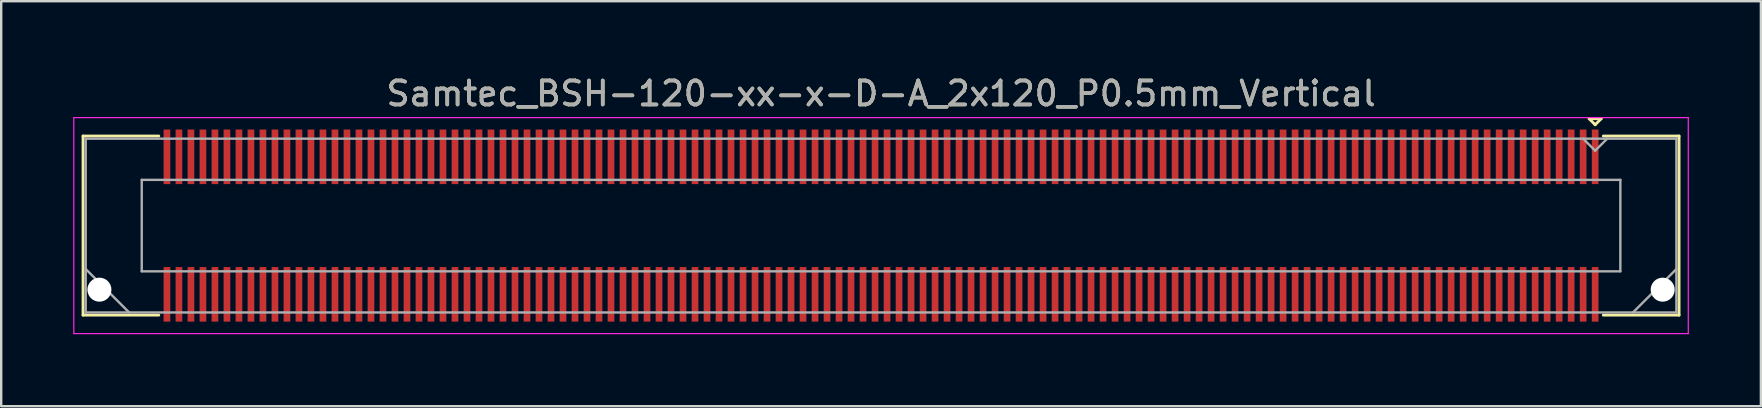
<source format=kicad_pcb>
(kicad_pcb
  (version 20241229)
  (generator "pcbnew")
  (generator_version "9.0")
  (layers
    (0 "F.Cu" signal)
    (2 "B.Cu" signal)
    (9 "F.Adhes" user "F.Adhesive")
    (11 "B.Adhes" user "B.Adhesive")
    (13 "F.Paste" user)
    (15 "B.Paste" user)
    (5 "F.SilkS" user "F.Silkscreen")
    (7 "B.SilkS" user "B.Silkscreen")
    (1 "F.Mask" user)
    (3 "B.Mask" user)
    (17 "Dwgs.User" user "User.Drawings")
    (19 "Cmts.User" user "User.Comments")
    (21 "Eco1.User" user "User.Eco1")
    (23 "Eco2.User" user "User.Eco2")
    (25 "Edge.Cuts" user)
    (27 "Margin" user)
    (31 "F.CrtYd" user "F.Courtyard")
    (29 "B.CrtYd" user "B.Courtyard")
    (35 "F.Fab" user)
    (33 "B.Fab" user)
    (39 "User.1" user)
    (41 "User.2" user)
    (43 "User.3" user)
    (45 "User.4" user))
  (footprint "Samtec_BSH-120-xx-x-D-A_2x120_P0.5mm_Vertical"
    (layer "F.Cu")
    (at 33.655 6.348)
    (property "Reference" "Samtec_BSH-120-xx-x-D-A_2x120_P0.5mm_Vertical" (at 0 -5.5 0) (layer "F.SilkS") (effects (font (size 1 1) (thickness 0.15))))
    (attr smd)
    (fp_line (start -33.245 -3.73) (end -30.09 -3.73) (stroke (width 0.12) (type solid)) (layer "F.SilkS"))
    (fp_line (start -33.245 3.73) (end -33.245 -3.73) (stroke (width 0.12) (type solid)) (layer "F.SilkS"))
    (fp_line (start -30.09 3.73) (end -33.245 3.73) (stroke (width 0.12) (type solid)) (layer "F.SilkS"))
    (fp_line (start 29.5 -4.452) (end 30 -4.452) (stroke (width 0.12) (type solid)) (layer "F.SilkS"))
    (fp_line (start 29.75 -4.202) (end 29.5 -4.452) (stroke (width 0.12) (type solid)) (layer "F.SilkS"))
    (fp_line (start 30 -4.452) (end 29.75 -4.202) (stroke (width 0.12) (type solid)) (layer "F.SilkS"))
    (fp_line (start 30.09 3.73) (end 33.245 3.73) (stroke (width 0.12) (type solid)) (layer "F.SilkS"))
    (fp_line (start 33.245 -3.73) (end 30.09 -3.73) (stroke (width 0.12) (type solid)) (layer "F.SilkS"))
    (fp_line (start 33.245 3.73) (end 33.245 -3.73) (stroke (width 0.12) (type solid)) (layer "F.SilkS"))
    (fp_line (start -33.63 -4.5) (end -33.63 4.5) (stroke (width 0.05) (type solid)) (layer "F.CrtYd"))
    (fp_line (start -33.63 4.5) (end 33.63 4.5) (stroke (width 0.05) (type solid)) (layer "F.CrtYd"))
    (fp_line (start 33.63 -4.5) (end -33.63 -4.5) (stroke (width 0.05) (type solid)) (layer "F.CrtYd"))
    (fp_line (start 33.63 4.5) (end 33.63 -4.5) (stroke (width 0.05) (type solid)) (layer "F.CrtYd"))
    (fp_line (start -33.135 -3.62) (end -33.135 3.62) (stroke (width 0.1) (type solid)) (layer "F.Fab"))
    (fp_line (start -33.135 1.81) (end -31.325 3.62) (stroke (width 0.1) (type solid)) (layer "F.Fab"))
    (fp_line (start -33.135 3.62) (end 33.135 3.62) (stroke (width 0.1) (type solid)) (layer "F.Fab"))
    (fp_line (start -30.8 -1.905) (end -30.8 1.905) (stroke (width 0.1) (type solid)) (layer "F.Fab"))
    (fp_line (start -30.8 1.905) (end 30.8 1.905) (stroke (width 0.1) (type solid)) (layer "F.Fab"))
    (fp_line (start 29.75 -3.12) (end 29.25 -3.62) (stroke (width 0.1) (type solid)) (layer "F.Fab"))
    (fp_line (start 30.25 -3.62) (end 29.75 -3.12) (stroke (width 0.1) (type solid)) (layer "F.Fab"))
    (fp_line (start 30.8 -1.905) (end -30.8 -1.905) (stroke (width 0.1) (type solid)) (layer "F.Fab"))
    (fp_line (start 30.8 1.905) (end 30.8 -1.905) (stroke (width 0.1) (type solid)) (layer "F.Fab"))
    (fp_line (start 33.135 -3.62) (end -33.135 -3.62) (stroke (width 0.1) (type solid)) (layer "F.Fab"))
    (fp_line (start 33.135 1.81) (end 31.325 3.62) (stroke (width 0.1) (type solid)) (layer "F.Fab"))
    (fp_line (start 33.135 3.62) (end 33.135 -3.62) (stroke (width 0.1) (type solid)) (layer "F.Fab"))
    (fp_text user "${REFERENCE}" (at 0 -5.5 0) (layer "F.Fab") (effects (font (size 1 1) (thickness 0.15))))
    (pad "" np_thru_hole circle (at -32.563 2.67) (size 1 1) (drill 1) (layers "*.Cu" "*.Mask"))
    (pad "" np_thru_hole circle (at 32.563 2.67) (size 1 1) (drill 1) (layers "*.Cu" "*.Mask"))
    (pad "1" smd rect (at 29.75 -2.865) (size 0.279 2.273) (layers "F.Cu" "F.Mask" "F.Paste"))
    (pad "2" smd rect (at 29.75 2.865) (size 0.279 2.273) (layers "F.Cu" "F.Mask" "F.Paste"))
    (pad "3" smd rect (at 29.25 -2.865) (size 0.279 2.273) (layers "F.Cu" "F.Mask" "F.Paste"))
    (pad "4" smd rect (at 29.25 2.865) (size 0.279 2.273) (layers "F.Cu" "F.Mask" "F.Paste"))
    (pad "5" smd rect (at 28.75 -2.865) (size 0.279 2.273) (layers "F.Cu" "F.Mask" "F.Paste"))
    (pad "6" smd rect (at 28.75 2.865) (size 0.279 2.273) (layers "F.Cu" "F.Mask" "F.Paste"))
    (pad "7" smd rect (at 28.25 -2.865) (size 0.279 2.273) (layers "F.Cu" "F.Mask" "F.Paste"))
    (pad "8" smd rect (at 28.25 2.865) (size 0.279 2.273) (layers "F.Cu" "F.Mask" "F.Paste"))
    (pad "9" smd rect (at 27.75 -2.865) (size 0.279 2.273) (layers "F.Cu" "F.Mask" "F.Paste"))
    (pad "10" smd rect (at 27.75 2.865) (size 0.279 2.273) (layers "F.Cu" "F.Mask" "F.Paste"))
    (pad "11" smd rect (at 27.25 -2.865) (size 0.279 2.273) (layers "F.Cu" "F.Mask" "F.Paste"))
    (pad "12" smd rect (at 27.25 2.865) (size 0.279 2.273) (layers "F.Cu" "F.Mask" "F.Paste"))
    (pad "13" smd rect (at 26.75 -2.865) (size 0.279 2.273) (layers "F.Cu" "F.Mask" "F.Paste"))
    (pad "14" smd rect (at 26.75 2.865) (size 0.279 2.273) (layers "F.Cu" "F.Mask" "F.Paste"))
    (pad "15" smd rect (at 26.25 -2.865) (size 0.279 2.273) (layers "F.Cu" "F.Mask" "F.Paste"))
    (pad "16" smd rect (at 26.25 2.865) (size 0.279 2.273) (layers "F.Cu" "F.Mask" "F.Paste"))
    (pad "17" smd rect (at 25.75 -2.865) (size 0.279 2.273) (layers "F.Cu" "F.Mask" "F.Paste"))
    (pad "18" smd rect (at 25.75 2.865) (size 0.279 2.273) (layers "F.Cu" "F.Mask" "F.Paste"))
    (pad "19" smd rect (at 25.25 -2.865) (size 0.279 2.273) (layers "F.Cu" "F.Mask" "F.Paste"))
    (pad "20" smd rect (at 25.25 2.865) (size 0.279 2.273) (layers "F.Cu" "F.Mask" "F.Paste"))
    (pad "21" smd rect (at 24.75 -2.865) (size 0.279 2.273) (layers "F.Cu" "F.Mask" "F.Paste"))
    (pad "22" smd rect (at 24.75 2.865) (size 0.279 2.273) (layers "F.Cu" "F.Mask" "F.Paste"))
    (pad "23" smd rect (at 24.25 -2.865) (size 0.279 2.273) (layers "F.Cu" "F.Mask" "F.Paste"))
    (pad "24" smd rect (at 24.25 2.865) (size 0.279 2.273) (layers "F.Cu" "F.Mask" "F.Paste"))
    (pad "25" smd rect (at 23.75 -2.865) (size 0.279 2.273) (layers "F.Cu" "F.Mask" "F.Paste"))
    (pad "26" smd rect (at 23.75 2.865) (size 0.279 2.273) (layers "F.Cu" "F.Mask" "F.Paste"))
    (pad "27" smd rect (at 23.25 -2.865) (size 0.279 2.273) (layers "F.Cu" "F.Mask" "F.Paste"))
    (pad "28" smd rect (at 23.25 2.865) (size 0.279 2.273) (layers "F.Cu" "F.Mask" "F.Paste"))
    (pad "29" smd rect (at 22.75 -2.865) (size 0.279 2.273) (layers "F.Cu" "F.Mask" "F.Paste"))
    (pad "30" smd rect (at 22.75 2.865) (size 0.279 2.273) (layers "F.Cu" "F.Mask" "F.Paste"))
    (pad "31" smd rect (at 22.25 -2.865) (size 0.279 2.273) (layers "F.Cu" "F.Mask" "F.Paste"))
    (pad "32" smd rect (at 22.25 2.865) (size 0.279 2.273) (layers "F.Cu" "F.Mask" "F.Paste"))
    (pad "33" smd rect (at 21.75 -2.865) (size 0.279 2.273) (layers "F.Cu" "F.Mask" "F.Paste"))
    (pad "34" smd rect (at 21.75 2.865) (size 0.279 2.273) (layers "F.Cu" "F.Mask" "F.Paste"))
    (pad "35" smd rect (at 21.25 -2.865) (size 0.279 2.273) (layers "F.Cu" "F.Mask" "F.Paste"))
    (pad "36" smd rect (at 21.25 2.865) (size 0.279 2.273) (layers "F.Cu" "F.Mask" "F.Paste"))
    (pad "37" smd rect (at 20.75 -2.865) (size 0.279 2.273) (layers "F.Cu" "F.Mask" "F.Paste"))
    (pad "38" smd rect (at 20.75 2.865) (size 0.279 2.273) (layers "F.Cu" "F.Mask" "F.Paste"))
    (pad "39" smd rect (at 20.25 -2.865) (size 0.279 2.273) (layers "F.Cu" "F.Mask" "F.Paste"))
    (pad "40" smd rect (at 20.25 2.865) (size 0.279 2.273) (layers "F.Cu" "F.Mask" "F.Paste"))
    (pad "41" smd rect (at 19.75 -2.865) (size 0.279 2.273) (layers "F.Cu" "F.Mask" "F.Paste"))
    (pad "42" smd rect (at 19.75 2.865) (size 0.279 2.273) (layers "F.Cu" "F.Mask" "F.Paste"))
    (pad "43" smd rect (at 19.25 -2.865) (size 0.279 2.273) (layers "F.Cu" "F.Mask" "F.Paste"))
    (pad "44" smd rect (at 19.25 2.865) (size 0.279 2.273) (layers "F.Cu" "F.Mask" "F.Paste"))
    (pad "45" smd rect (at 18.75 -2.865) (size 0.279 2.273) (layers "F.Cu" "F.Mask" "F.Paste"))
    (pad "46" smd rect (at 18.75 2.865) (size 0.279 2.273) (layers "F.Cu" "F.Mask" "F.Paste"))
    (pad "47" smd rect (at 18.25 -2.865) (size 0.279 2.273) (layers "F.Cu" "F.Mask" "F.Paste"))
    (pad "48" smd rect (at 18.25 2.865) (size 0.279 2.273) (layers "F.Cu" "F.Mask" "F.Paste"))
    (pad "49" smd rect (at 17.75 -2.865) (size 0.279 2.273) (layers "F.Cu" "F.Mask" "F.Paste"))
    (pad "50" smd rect (at 17.75 2.865) (size 0.279 2.273) (layers "F.Cu" "F.Mask" "F.Paste"))
    (pad "51" smd rect (at 17.25 -2.865) (size 0.279 2.273) (layers "F.Cu" "F.Mask" "F.Paste"))
    (pad "52" smd rect (at 17.25 2.865) (size 0.279 2.273) (layers "F.Cu" "F.Mask" "F.Paste"))
    (pad "53" smd rect (at 16.75 -2.865) (size 0.279 2.273) (layers "F.Cu" "F.Mask" "F.Paste"))
    (pad "54" smd rect (at 16.75 2.865) (size 0.279 2.273) (layers "F.Cu" "F.Mask" "F.Paste"))
    (pad "55" smd rect (at 16.25 -2.865) (size 0.279 2.273) (layers "F.Cu" "F.Mask" "F.Paste"))
    (pad "56" smd rect (at 16.25 2.865) (size 0.279 2.273) (layers "F.Cu" "F.Mask" "F.Paste"))
    (pad "57" smd rect (at 15.75 -2.865) (size 0.279 2.273) (layers "F.Cu" "F.Mask" "F.Paste"))
    (pad "58" smd rect (at 15.75 2.865) (size 0.279 2.273) (layers "F.Cu" "F.Mask" "F.Paste"))
    (pad "59" smd rect (at 15.25 -2.865) (size 0.279 2.273) (layers "F.Cu" "F.Mask" "F.Paste"))
    (pad "60" smd rect (at 15.25 2.865) (size 0.279 2.273) (layers "F.Cu" "F.Mask" "F.Paste"))
    (pad "61" smd rect (at 14.75 -2.865) (size 0.279 2.273) (layers "F.Cu" "F.Mask" "F.Paste"))
    (pad "62" smd rect (at 14.75 2.865) (size 0.279 2.273) (layers "F.Cu" "F.Mask" "F.Paste"))
    (pad "63" smd rect (at 14.25 -2.865) (size 0.279 2.273) (layers "F.Cu" "F.Mask" "F.Paste"))
    (pad "64" smd rect (at 14.25 2.865) (size 0.279 2.273) (layers "F.Cu" "F.Mask" "F.Paste"))
    (pad "65" smd rect (at 13.75 -2.865) (size 0.279 2.273) (layers "F.Cu" "F.Mask" "F.Paste"))
    (pad "66" smd rect (at 13.75 2.865) (size 0.279 2.273) (layers "F.Cu" "F.Mask" "F.Paste"))
    (pad "67" smd rect (at 13.25 -2.865) (size 0.279 2.273) (layers "F.Cu" "F.Mask" "F.Paste"))
    (pad "68" smd rect (at 13.25 2.865) (size 0.279 2.273) (layers "F.Cu" "F.Mask" "F.Paste"))
    (pad "69" smd rect (at 12.75 -2.865) (size 0.279 2.273) (layers "F.Cu" "F.Mask" "F.Paste"))
    (pad "70" smd rect (at 12.75 2.865) (size 0.279 2.273) (layers "F.Cu" "F.Mask" "F.Paste"))
    (pad "71" smd rect (at 12.25 -2.865) (size 0.279 2.273) (layers "F.Cu" "F.Mask" "F.Paste"))
    (pad "72" smd rect (at 12.25 2.865) (size 0.279 2.273) (layers "F.Cu" "F.Mask" "F.Paste"))
    (pad "73" smd rect (at 11.75 -2.865) (size 0.279 2.273) (layers "F.Cu" "F.Mask" "F.Paste"))
    (pad "74" smd rect (at 11.75 2.865) (size 0.279 2.273) (layers "F.Cu" "F.Mask" "F.Paste"))
    (pad "75" smd rect (at 11.25 -2.865) (size 0.279 2.273) (layers "F.Cu" "F.Mask" "F.Paste"))
    (pad "76" smd rect (at 11.25 2.865) (size 0.279 2.273) (layers "F.Cu" "F.Mask" "F.Paste"))
    (pad "77" smd rect (at 10.75 -2.865) (size 0.279 2.273) (layers "F.Cu" "F.Mask" "F.Paste"))
    (pad "78" smd rect (at 10.75 2.865) (size 0.279 2.273) (layers "F.Cu" "F.Mask" "F.Paste"))
    (pad "79" smd rect (at 10.25 -2.865) (size 0.279 2.273) (layers "F.Cu" "F.Mask" "F.Paste"))
    (pad "80" smd rect (at 10.25 2.865) (size 0.279 2.273) (layers "F.Cu" "F.Mask" "F.Paste"))
    (pad "81" smd rect (at 9.75 -2.865) (size 0.279 2.273) (layers "F.Cu" "F.Mask" "F.Paste"))
    (pad "82" smd rect (at 9.75 2.865) (size 0.279 2.273) (layers "F.Cu" "F.Mask" "F.Paste"))
    (pad "83" smd rect (at 9.25 -2.865) (size 0.279 2.273) (layers "F.Cu" "F.Mask" "F.Paste"))
    (pad "84" smd rect (at 9.25 2.865) (size 0.279 2.273) (layers "F.Cu" "F.Mask" "F.Paste"))
    (pad "85" smd rect (at 8.75 -2.865) (size 0.279 2.273) (layers "F.Cu" "F.Mask" "F.Paste"))
    (pad "86" smd rect (at 8.75 2.865) (size 0.279 2.273) (layers "F.Cu" "F.Mask" "F.Paste"))
    (pad "87" smd rect (at 8.25 -2.865) (size 0.279 2.273) (layers "F.Cu" "F.Mask" "F.Paste"))
    (pad "88" smd rect (at 8.25 2.865) (size 0.279 2.273) (layers "F.Cu" "F.Mask" "F.Paste"))
    (pad "89" smd rect (at 7.75 -2.865) (size 0.279 2.273) (layers "F.Cu" "F.Mask" "F.Paste"))
    (pad "90" smd rect (at 7.75 2.865) (size 0.279 2.273) (layers "F.Cu" "F.Mask" "F.Paste"))
    (pad "91" smd rect (at 7.25 -2.865) (size 0.279 2.273) (layers "F.Cu" "F.Mask" "F.Paste"))
    (pad "92" smd rect (at 7.25 2.865) (size 0.279 2.273) (layers "F.Cu" "F.Mask" "F.Paste"))
    (pad "93" smd rect (at 6.75 -2.865) (size 0.279 2.273) (layers "F.Cu" "F.Mask" "F.Paste"))
    (pad "94" smd rect (at 6.75 2.865) (size 0.279 2.273) (layers "F.Cu" "F.Mask" "F.Paste"))
    (pad "95" smd rect (at 6.25 -2.865) (size 0.279 2.273) (layers "F.Cu" "F.Mask" "F.Paste"))
    (pad "96" smd rect (at 6.25 2.865) (size 0.279 2.273) (layers "F.Cu" "F.Mask" "F.Paste"))
    (pad "97" smd rect (at 5.75 -2.865) (size 0.279 2.273) (layers "F.Cu" "F.Mask" "F.Paste"))
    (pad "98" smd rect (at 5.75 2.865) (size 0.279 2.273) (layers "F.Cu" "F.Mask" "F.Paste"))
    (pad "99" smd rect (at 5.25 -2.865) (size 0.279 2.273) (layers "F.Cu" "F.Mask" "F.Paste"))
    (pad "100" smd rect (at 5.25 2.865) (size 0.279 2.273) (layers "F.Cu" "F.Mask" "F.Paste"))
    (pad "101" smd rect (at 4.75 -2.865) (size 0.279 2.273) (layers "F.Cu" "F.Mask" "F.Paste"))
    (pad "102" smd rect (at 4.75 2.865) (size 0.279 2.273) (layers "F.Cu" "F.Mask" "F.Paste"))
    (pad "103" smd rect (at 4.25 -2.865) (size 0.279 2.273) (layers "F.Cu" "F.Mask" "F.Paste"))
    (pad "104" smd rect (at 4.25 2.865) (size 0.279 2.273) (layers "F.Cu" "F.Mask" "F.Paste"))
    (pad "105" smd rect (at 3.75 -2.865) (size 0.279 2.273) (layers "F.Cu" "F.Mask" "F.Paste"))
    (pad "106" smd rect (at 3.75 2.865) (size 0.279 2.273) (layers "F.Cu" "F.Mask" "F.Paste"))
    (pad "107" smd rect (at 3.25 -2.865) (size 0.279 2.273) (layers "F.Cu" "F.Mask" "F.Paste"))
    (pad "108" smd rect (at 3.25 2.865) (size 0.279 2.273) (layers "F.Cu" "F.Mask" "F.Paste"))
    (pad "109" smd rect (at 2.75 -2.865) (size 0.279 2.273) (layers "F.Cu" "F.Mask" "F.Paste"))
    (pad "110" smd rect (at 2.75 2.865) (size 0.279 2.273) (layers "F.Cu" "F.Mask" "F.Paste"))
    (pad "111" smd rect (at 2.25 -2.865) (size 0.279 2.273) (layers "F.Cu" "F.Mask" "F.Paste"))
    (pad "112" smd rect (at 2.25 2.865) (size 0.279 2.273) (layers "F.Cu" "F.Mask" "F.Paste"))
    (pad "113" smd rect (at 1.75 -2.865) (size 0.279 2.273) (layers "F.Cu" "F.Mask" "F.Paste"))
    (pad "114" smd rect (at 1.75 2.865) (size 0.279 2.273) (layers "F.Cu" "F.Mask" "F.Paste"))
    (pad "115" smd rect (at 1.25 -2.865) (size 0.279 2.273) (layers "F.Cu" "F.Mask" "F.Paste"))
    (pad "116" smd rect (at 1.25 2.865) (size 0.279 2.273) (layers "F.Cu" "F.Mask" "F.Paste"))
    (pad "117" smd rect (at 0.75 -2.865) (size 0.279 2.273) (layers "F.Cu" "F.Mask" "F.Paste"))
    (pad "118" smd rect (at 0.75 2.865) (size 0.279 2.273) (layers "F.Cu" "F.Mask" "F.Paste"))
    (pad "119" smd rect (at 0.25 -2.865) (size 0.279 2.273) (layers "F.Cu" "F.Mask" "F.Paste"))
    (pad "120" smd rect (at 0.25 2.865) (size 0.279 2.273) (layers "F.Cu" "F.Mask" "F.Paste"))
    (pad "121" smd rect (at -0.25 -2.865) (size 0.279 2.273) (layers "F.Cu" "F.Mask" "F.Paste"))
    (pad "122" smd rect (at -0.25 2.865) (size 0.279 2.273) (layers "F.Cu" "F.Mask" "F.Paste"))
    (pad "123" smd rect (at -0.75 -2.865) (size 0.279 2.273) (layers "F.Cu" "F.Mask" "F.Paste"))
    (pad "124" smd rect (at -0.75 2.865) (size 0.279 2.273) (layers "F.Cu" "F.Mask" "F.Paste"))
    (pad "125" smd rect (at -1.25 -2.865) (size 0.279 2.273) (layers "F.Cu" "F.Mask" "F.Paste"))
    (pad "126" smd rect (at -1.25 2.865) (size 0.279 2.273) (layers "F.Cu" "F.Mask" "F.Paste"))
    (pad "127" smd rect (at -1.75 -2.865) (size 0.279 2.273) (layers "F.Cu" "F.Mask" "F.Paste"))
    (pad "128" smd rect (at -1.75 2.865) (size 0.279 2.273) (layers "F.Cu" "F.Mask" "F.Paste"))
    (pad "129" smd rect (at -2.25 -2.865) (size 0.279 2.273) (layers "F.Cu" "F.Mask" "F.Paste"))
    (pad "130" smd rect (at -2.25 2.865) (size 0.279 2.273) (layers "F.Cu" "F.Mask" "F.Paste"))
    (pad "131" smd rect (at -2.75 -2.865) (size 0.279 2.273) (layers "F.Cu" "F.Mask" "F.Paste"))
    (pad "132" smd rect (at -2.75 2.865) (size 0.279 2.273) (layers "F.Cu" "F.Mask" "F.Paste"))
    (pad "133" smd rect (at -3.25 -2.865) (size 0.279 2.273) (layers "F.Cu" "F.Mask" "F.Paste"))
    (pad "134" smd rect (at -3.25 2.865) (size 0.279 2.273) (layers "F.Cu" "F.Mask" "F.Paste"))
    (pad "135" smd rect (at -3.75 -2.865) (size 0.279 2.273) (layers "F.Cu" "F.Mask" "F.Paste"))
    (pad "136" smd rect (at -3.75 2.865) (size 0.279 2.273) (layers "F.Cu" "F.Mask" "F.Paste"))
    (pad "137" smd rect (at -4.25 -2.865) (size 0.279 2.273) (layers "F.Cu" "F.Mask" "F.Paste"))
    (pad "138" smd rect (at -4.25 2.865) (size 0.279 2.273) (layers "F.Cu" "F.Mask" "F.Paste"))
    (pad "139" smd rect (at -4.75 -2.865) (size 0.279 2.273) (layers "F.Cu" "F.Mask" "F.Paste"))
    (pad "140" smd rect (at -4.75 2.865) (size 0.279 2.273) (layers "F.Cu" "F.Mask" "F.Paste"))
    (pad "141" smd rect (at -5.25 -2.865) (size 0.279 2.273) (layers "F.Cu" "F.Mask" "F.Paste"))
    (pad "142" smd rect (at -5.25 2.865) (size 0.279 2.273) (layers "F.Cu" "F.Mask" "F.Paste"))
    (pad "143" smd rect (at -5.75 -2.865) (size 0.279 2.273) (layers "F.Cu" "F.Mask" "F.Paste"))
    (pad "144" smd rect (at -5.75 2.865) (size 0.279 2.273) (layers "F.Cu" "F.Mask" "F.Paste"))
    (pad "145" smd rect (at -6.25 -2.865) (size 0.279 2.273) (layers "F.Cu" "F.Mask" "F.Paste"))
    (pad "146" smd rect (at -6.25 2.865) (size 0.279 2.273) (layers "F.Cu" "F.Mask" "F.Paste"))
    (pad "147" smd rect (at -6.75 -2.865) (size 0.279 2.273) (layers "F.Cu" "F.Mask" "F.Paste"))
    (pad "148" smd rect (at -6.75 2.865) (size 0.279 2.273) (layers "F.Cu" "F.Mask" "F.Paste"))
    (pad "149" smd rect (at -7.25 -2.865) (size 0.279 2.273) (layers "F.Cu" "F.Mask" "F.Paste"))
    (pad "150" smd rect (at -7.25 2.865) (size 0.279 2.273) (layers "F.Cu" "F.Mask" "F.Paste"))
    (pad "151" smd rect (at -7.75 -2.865) (size 0.279 2.273) (layers "F.Cu" "F.Mask" "F.Paste"))
    (pad "152" smd rect (at -7.75 2.865) (size 0.279 2.273) (layers "F.Cu" "F.Mask" "F.Paste"))
    (pad "153" smd rect (at -8.25 -2.865) (size 0.279 2.273) (layers "F.Cu" "F.Mask" "F.Paste"))
    (pad "154" smd rect (at -8.25 2.865) (size 0.279 2.273) (layers "F.Cu" "F.Mask" "F.Paste"))
    (pad "155" smd rect (at -8.75 -2.865) (size 0.279 2.273) (layers "F.Cu" "F.Mask" "F.Paste"))
    (pad "156" smd rect (at -8.75 2.865) (size 0.279 2.273) (layers "F.Cu" "F.Mask" "F.Paste"))
    (pad "157" smd rect (at -9.25 -2.865) (size 0.279 2.273) (layers "F.Cu" "F.Mask" "F.Paste"))
    (pad "158" smd rect (at -9.25 2.865) (size 0.279 2.273) (layers "F.Cu" "F.Mask" "F.Paste"))
    (pad "159" smd rect (at -9.75 -2.865) (size 0.279 2.273) (layers "F.Cu" "F.Mask" "F.Paste"))
    (pad "160" smd rect (at -9.75 2.865) (size 0.279 2.273) (layers "F.Cu" "F.Mask" "F.Paste"))
    (pad "161" smd rect (at -10.25 -2.865) (size 0.279 2.273) (layers "F.Cu" "F.Mask" "F.Paste"))
    (pad "162" smd rect (at -10.25 2.865) (size 0.279 2.273) (layers "F.Cu" "F.Mask" "F.Paste"))
    (pad "163" smd rect (at -10.75 -2.865) (size 0.279 2.273) (layers "F.Cu" "F.Mask" "F.Paste"))
    (pad "164" smd rect (at -10.75 2.865) (size 0.279 2.273) (layers "F.Cu" "F.Mask" "F.Paste"))
    (pad "165" smd rect (at -11.25 -2.865) (size 0.279 2.273) (layers "F.Cu" "F.Mask" "F.Paste"))
    (pad "166" smd rect (at -11.25 2.865) (size 0.279 2.273) (layers "F.Cu" "F.Mask" "F.Paste"))
    (pad "167" smd rect (at -11.75 -2.865) (size 0.279 2.273) (layers "F.Cu" "F.Mask" "F.Paste"))
    (pad "168" smd rect (at -11.75 2.865) (size 0.279 2.273) (layers "F.Cu" "F.Mask" "F.Paste"))
    (pad "169" smd rect (at -12.25 -2.865) (size 0.279 2.273) (layers "F.Cu" "F.Mask" "F.Paste"))
    (pad "170" smd rect (at -12.25 2.865) (size 0.279 2.273) (layers "F.Cu" "F.Mask" "F.Paste"))
    (pad "171" smd rect (at -12.75 -2.865) (size 0.279 2.273) (layers "F.Cu" "F.Mask" "F.Paste"))
    (pad "172" smd rect (at -12.75 2.865) (size 0.279 2.273) (layers "F.Cu" "F.Mask" "F.Paste"))
    (pad "173" smd rect (at -13.25 -2.865) (size 0.279 2.273) (layers "F.Cu" "F.Mask" "F.Paste"))
    (pad "174" smd rect (at -13.25 2.865) (size 0.279 2.273) (layers "F.Cu" "F.Mask" "F.Paste"))
    (pad "175" smd rect (at -13.75 -2.865) (size 0.279 2.273) (layers "F.Cu" "F.Mask" "F.Paste"))
    (pad "176" smd rect (at -13.75 2.865) (size 0.279 2.273) (layers "F.Cu" "F.Mask" "F.Paste"))
    (pad "177" smd rect (at -14.25 -2.865) (size 0.279 2.273) (layers "F.Cu" "F.Mask" "F.Paste"))
    (pad "178" smd rect (at -14.25 2.865) (size 0.279 2.273) (layers "F.Cu" "F.Mask" "F.Paste"))
    (pad "179" smd rect (at -14.75 -2.865) (size 0.279 2.273) (layers "F.Cu" "F.Mask" "F.Paste"))
    (pad "180" smd rect (at -14.75 2.865) (size 0.279 2.273) (layers "F.Cu" "F.Mask" "F.Paste"))
    (pad "181" smd rect (at -15.25 -2.865) (size 0.279 2.273) (layers "F.Cu" "F.Mask" "F.Paste"))
    (pad "182" smd rect (at -15.25 2.865) (size 0.279 2.273) (layers "F.Cu" "F.Mask" "F.Paste"))
    (pad "183" smd rect (at -15.75 -2.865) (size 0.279 2.273) (layers "F.Cu" "F.Mask" "F.Paste"))
    (pad "184" smd rect (at -15.75 2.865) (size 0.279 2.273) (layers "F.Cu" "F.Mask" "F.Paste"))
    (pad "185" smd rect (at -16.25 -2.865) (size 0.279 2.273) (layers "F.Cu" "F.Mask" "F.Paste"))
    (pad "186" smd rect (at -16.25 2.865) (size 0.279 2.273) (layers "F.Cu" "F.Mask" "F.Paste"))
    (pad "187" smd rect (at -16.75 -2.865) (size 0.279 2.273) (layers "F.Cu" "F.Mask" "F.Paste"))
    (pad "188" smd rect (at -16.75 2.865) (size 0.279 2.273) (layers "F.Cu" "F.Mask" "F.Paste"))
    (pad "189" smd rect (at -17.25 -2.865) (size 0.279 2.273) (layers "F.Cu" "F.Mask" "F.Paste"))
    (pad "190" smd rect (at -17.25 2.865) (size 0.279 2.273) (layers "F.Cu" "F.Mask" "F.Paste"))
    (pad "191" smd rect (at -17.75 -2.865) (size 0.279 2.273) (layers "F.Cu" "F.Mask" "F.Paste"))
    (pad "192" smd rect (at -17.75 2.865) (size 0.279 2.273) (layers "F.Cu" "F.Mask" "F.Paste"))
    (pad "193" smd rect (at -18.25 -2.865) (size 0.279 2.273) (layers "F.Cu" "F.Mask" "F.Paste"))
    (pad "194" smd rect (at -18.25 2.865) (size 0.279 2.273) (layers "F.Cu" "F.Mask" "F.Paste"))
    (pad "195" smd rect (at -18.75 -2.865) (size 0.279 2.273) (layers "F.Cu" "F.Mask" "F.Paste"))
    (pad "196" smd rect (at -18.75 2.865) (size 0.279 2.273) (layers "F.Cu" "F.Mask" "F.Paste"))
    (pad "197" smd rect (at -19.25 -2.865) (size 0.279 2.273) (layers "F.Cu" "F.Mask" "F.Paste"))
    (pad "198" smd rect (at -19.25 2.865) (size 0.279 2.273) (layers "F.Cu" "F.Mask" "F.Paste"))
    (pad "199" smd rect (at -19.75 -2.865) (size 0.279 2.273) (layers "F.Cu" "F.Mask" "F.Paste"))
    (pad "200" smd rect (at -19.75 2.865) (size 0.279 2.273) (layers "F.Cu" "F.Mask" "F.Paste"))
    (pad "201" smd rect (at -20.25 -2.865) (size 0.279 2.273) (layers "F.Cu" "F.Mask" "F.Paste"))
    (pad "202" smd rect (at -20.25 2.865) (size 0.279 2.273) (layers "F.Cu" "F.Mask" "F.Paste"))
    (pad "203" smd rect (at -20.75 -2.865) (size 0.279 2.273) (layers "F.Cu" "F.Mask" "F.Paste"))
    (pad "204" smd rect (at -20.75 2.865) (size 0.279 2.273) (layers "F.Cu" "F.Mask" "F.Paste"))
    (pad "205" smd rect (at -21.25 -2.865) (size 0.279 2.273) (layers "F.Cu" "F.Mask" "F.Paste"))
    (pad "206" smd rect (at -21.25 2.865) (size 0.279 2.273) (layers "F.Cu" "F.Mask" "F.Paste"))
    (pad "207" smd rect (at -21.75 -2.865) (size 0.279 2.273) (layers "F.Cu" "F.Mask" "F.Paste"))
    (pad "208" smd rect (at -21.75 2.865) (size 0.279 2.273) (layers "F.Cu" "F.Mask" "F.Paste"))
    (pad "209" smd rect (at -22.25 -2.865) (size 0.279 2.273) (layers "F.Cu" "F.Mask" "F.Paste"))
    (pad "210" smd rect (at -22.25 2.865) (size 0.279 2.273) (layers "F.Cu" "F.Mask" "F.Paste"))
    (pad "211" smd rect (at -22.75 -2.865) (size 0.279 2.273) (layers "F.Cu" "F.Mask" "F.Paste"))
    (pad "212" smd rect (at -22.75 2.865) (size 0.279 2.273) (layers "F.Cu" "F.Mask" "F.Paste"))
    (pad "213" smd rect (at -23.25 -2.865) (size 0.279 2.273) (layers "F.Cu" "F.Mask" "F.Paste"))
    (pad "214" smd rect (at -23.25 2.865) (size 0.279 2.273) (layers "F.Cu" "F.Mask" "F.Paste"))
    (pad "215" smd rect (at -23.75 -2.865) (size 0.279 2.273) (layers "F.Cu" "F.Mask" "F.Paste"))
    (pad "216" smd rect (at -23.75 2.865) (size 0.279 2.273) (layers "F.Cu" "F.Mask" "F.Paste"))
    (pad "217" smd rect (at -24.25 -2.865) (size 0.279 2.273) (layers "F.Cu" "F.Mask" "F.Paste"))
    (pad "218" smd rect (at -24.25 2.865) (size 0.279 2.273) (layers "F.Cu" "F.Mask" "F.Paste"))
    (pad "219" smd rect (at -24.75 -2.865) (size 0.279 2.273) (layers "F.Cu" "F.Mask" "F.Paste"))
    (pad "220" smd rect (at -24.75 2.865) (size 0.279 2.273) (layers "F.Cu" "F.Mask" "F.Paste"))
    (pad "221" smd rect (at -25.25 -2.865) (size 0.279 2.273) (layers "F.Cu" "F.Mask" "F.Paste"))
    (pad "222" smd rect (at -25.25 2.865) (size 0.279 2.273) (layers "F.Cu" "F.Mask" "F.Paste"))
    (pad "223" smd rect (at -25.75 -2.865) (size 0.279 2.273) (layers "F.Cu" "F.Mask" "F.Paste"))
    (pad "224" smd rect (at -25.75 2.865) (size 0.279 2.273) (layers "F.Cu" "F.Mask" "F.Paste"))
    (pad "225" smd rect (at -26.25 -2.865) (size 0.279 2.273) (layers "F.Cu" "F.Mask" "F.Paste"))
    (pad "226" smd rect (at -26.25 2.865) (size 0.279 2.273) (layers "F.Cu" "F.Mask" "F.Paste"))
    (pad "227" smd rect (at -26.75 -2.865) (size 0.279 2.273) (layers "F.Cu" "F.Mask" "F.Paste"))
    (pad "228" smd rect (at -26.75 2.865) (size 0.279 2.273) (layers "F.Cu" "F.Mask" "F.Paste"))
    (pad "229" smd rect (at -27.25 -2.865) (size 0.279 2.273) (layers "F.Cu" "F.Mask" "F.Paste"))
    (pad "230" smd rect (at -27.25 2.865) (size 0.279 2.273) (layers "F.Cu" "F.Mask" "F.Paste"))
    (pad "231" smd rect (at -27.75 -2.865) (size 0.279 2.273) (layers "F.Cu" "F.Mask" "F.Paste"))
    (pad "232" smd rect (at -27.75 2.865) (size 0.279 2.273) (layers "F.Cu" "F.Mask" "F.Paste"))
    (pad "233" smd rect (at -28.25 -2.865) (size 0.279 2.273) (layers "F.Cu" "F.Mask" "F.Paste"))
    (pad "234" smd rect (at -28.25 2.865) (size 0.279 2.273) (layers "F.Cu" "F.Mask" "F.Paste"))
    (pad "235" smd rect (at -28.75 -2.865) (size 0.279 2.273) (layers "F.Cu" "F.Mask" "F.Paste"))
    (pad "236" smd rect (at -28.75 2.865) (size 0.279 2.273) (layers "F.Cu" "F.Mask" "F.Paste"))
    (pad "237" smd rect (at -29.25 -2.865) (size 0.279 2.273) (layers "F.Cu" "F.Mask" "F.Paste"))
    (pad "238" smd rect (at -29.25 2.865) (size 0.279 2.273) (layers "F.Cu" "F.Mask" "F.Paste"))
    (pad "239" smd rect (at -29.75 -2.865) (size 0.279 2.273) (layers "F.Cu" "F.Mask" "F.Paste"))
    (pad "240" smd rect (at -29.75 2.865) (size 0.279 2.273) (layers "F.Cu" "F.Mask" "F.Paste")))
  (gr_rect
    (start -3 -3)
    (end 70.31 13.873)
    (stroke (width 0.1) (type default))
    (fill no)
    (layer "Edge.Cuts")))
</source>
